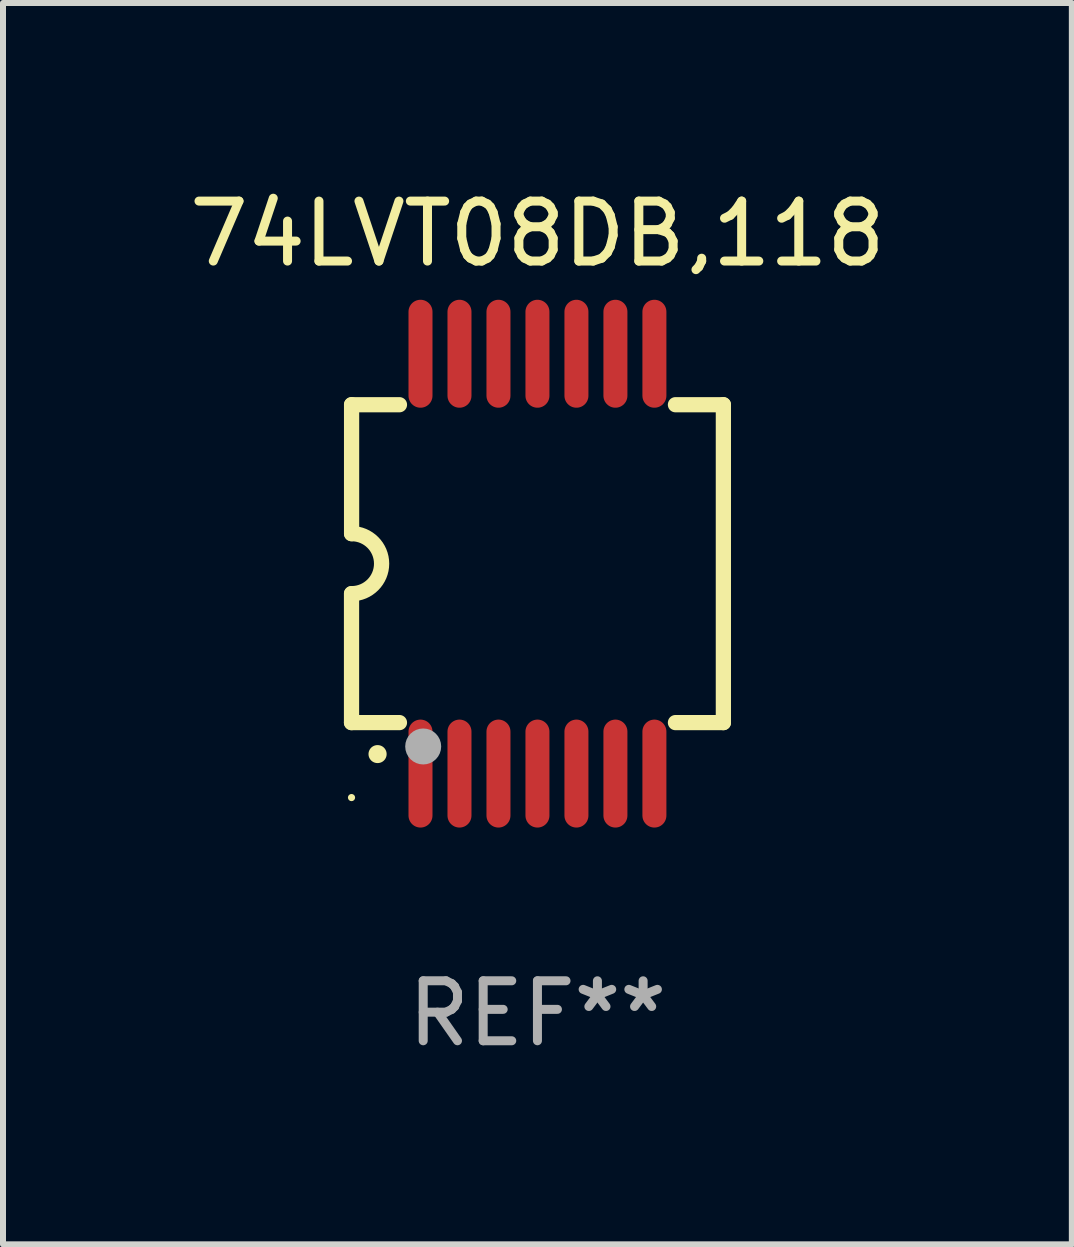
<source format=kicad_pcb>
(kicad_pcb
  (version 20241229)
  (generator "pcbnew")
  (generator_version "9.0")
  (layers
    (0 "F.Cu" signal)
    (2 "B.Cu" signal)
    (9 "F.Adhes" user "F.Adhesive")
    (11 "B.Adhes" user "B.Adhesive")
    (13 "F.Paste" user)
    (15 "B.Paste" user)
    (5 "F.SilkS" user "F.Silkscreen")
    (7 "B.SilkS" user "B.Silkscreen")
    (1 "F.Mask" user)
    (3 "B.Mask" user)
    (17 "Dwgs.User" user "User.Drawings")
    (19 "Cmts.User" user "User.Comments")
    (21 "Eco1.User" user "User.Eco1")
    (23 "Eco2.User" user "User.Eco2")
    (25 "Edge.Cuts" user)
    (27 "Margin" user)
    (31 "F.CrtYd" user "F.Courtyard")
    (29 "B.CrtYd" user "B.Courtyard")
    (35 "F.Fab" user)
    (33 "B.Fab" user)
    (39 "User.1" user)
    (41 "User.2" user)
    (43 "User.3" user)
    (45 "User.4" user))
  (footprint "74LVT08DB,118"
    (layer "F.Cu")
    (at 5.911 6.348)
    (property "Reference" "74LVT08DB,118" (at 0 -5.5 0) (layer "F.SilkS") (effects (font (size 1 1) (thickness 0.15))))
    (attr through_hole)
    (fp_line (start -3.1 2.65) (end -3.1 0.5) (stroke (width 0.254) (type solid)) (layer "F.SilkS"))
    (fp_line (start -3.099 -2.65) (end -2.301 -2.65) (stroke (width 0.254) (type solid)) (layer "F.SilkS"))
    (fp_line (start -3.099 -0.5) (end -3.099 -2.65) (stroke (width 0.254) (type solid)) (layer "F.SilkS"))
    (fp_line (start -2.301 2.65) (end -3.1 2.65) (stroke (width 0.254) (type solid)) (layer "F.SilkS"))
    (fp_line (start 2.301 -2.65) (end 3.1 -2.65) (stroke (width 0.254) (type solid)) (layer "F.SilkS"))
    (fp_line (start 3.1 -2.65) (end 3.1 2.65) (stroke (width 0.254) (type solid)) (layer "F.SilkS"))
    (fp_line (start 3.1 2.65) (end 2.301 2.65) (stroke (width 0.254) (type solid)) (layer "F.SilkS"))
    (fp_arc (start -3.098806 -0.500381) (mid -2.598806 0) (end -3.098806 0.500381) (stroke (width 0.254001) (type solid)) (layer "F.SilkS"))
    (fp_arc (start -2.667005 3.175006) (mid -2.665735 3.175001) (end -2.664465 3.175006) (stroke (width 0.3) (type solid)) (layer "F.SilkS"))
    (fp_circle (center -3.1 3.9) (end -3.07 3.9) (stroke (width 0.06) (type solid)) (fill no) (layer "F.SilkS"))
    (fp_circle (center -1.905 3.048) (end -1.755 3.048) (stroke (width 0.3) (type solid)) (fill no) (layer "F.Fab"))
    (fp_text user "REF**" (at 0 7.5 0) (layer "F.Fab") (effects (font (size 1 1) (thickness 0.15))))
    (pad "1" smd oval (at -1.95 3.5 270) (size 1.8 0.4) (layers "F.Cu" "F.Mask" "F.Paste"))
    (pad "2" smd oval (at -1.3 3.5 270) (size 1.8 0.4) (layers "F.Cu" "F.Mask" "F.Paste"))
    (pad "3" smd oval (at -0.65 3.5 270) (size 1.8 0.4) (layers "F.Cu" "F.Mask" "F.Paste"))
    (pad "4" smd oval (at 0 3.5 270) (size 1.8 0.4) (layers "F.Cu" "F.Mask" "F.Paste"))
    (pad "5" smd oval (at 0.65 3.5 270) (size 1.8 0.4) (layers "F.Cu" "F.Mask" "F.Paste"))
    (pad "6" smd oval (at 1.3 3.5 270) (size 1.8 0.4) (layers "F.Cu" "F.Mask" "F.Paste"))
    (pad "7" smd oval (at 1.95 3.5 270) (size 1.8 0.4) (layers "F.Cu" "F.Mask" "F.Paste"))
    (pad "8" smd oval (at 1.95 -3.5 90) (size 1.8 0.4) (layers "F.Cu" "F.Mask" "F.Paste"))
    (pad "9" smd oval (at 1.3 -3.5 90) (size 1.8 0.4) (layers "F.Cu" "F.Mask" "F.Paste"))
    (pad "10" smd oval (at 0.65 -3.5 90) (size 1.8 0.4) (layers "F.Cu" "F.Mask" "F.Paste"))
    (pad "11" smd oval (at 0 -3.5 90) (size 1.8 0.4) (layers "F.Cu" "F.Mask" "F.Paste"))
    (pad "12" smd oval (at -0.65 -3.5 90) (size 1.8 0.4) (layers "F.Cu" "F.Mask" "F.Paste"))
    (pad "13" smd oval (at -1.3 -3.5 90) (size 1.8 0.4) (layers "F.Cu" "F.Mask" "F.Paste"))
    (pad "14" smd oval (at -1.95 -3.5 90) (size 1.8 0.4) (layers "F.Cu" "F.Mask" "F.Paste")))
  (gr_rect
    (start -3 -3)
    (end 14.821 17.697)
    (stroke (width 0.1) (type default))
    (fill no)
    (layer "Edge.Cuts")))
</source>
